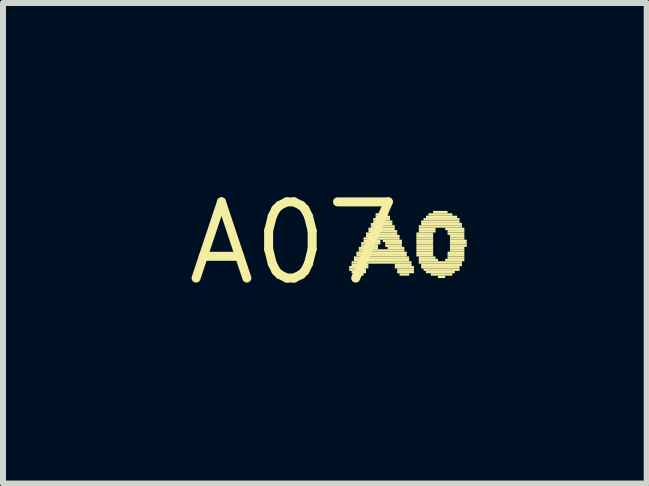
<source format=kicad_pcb>
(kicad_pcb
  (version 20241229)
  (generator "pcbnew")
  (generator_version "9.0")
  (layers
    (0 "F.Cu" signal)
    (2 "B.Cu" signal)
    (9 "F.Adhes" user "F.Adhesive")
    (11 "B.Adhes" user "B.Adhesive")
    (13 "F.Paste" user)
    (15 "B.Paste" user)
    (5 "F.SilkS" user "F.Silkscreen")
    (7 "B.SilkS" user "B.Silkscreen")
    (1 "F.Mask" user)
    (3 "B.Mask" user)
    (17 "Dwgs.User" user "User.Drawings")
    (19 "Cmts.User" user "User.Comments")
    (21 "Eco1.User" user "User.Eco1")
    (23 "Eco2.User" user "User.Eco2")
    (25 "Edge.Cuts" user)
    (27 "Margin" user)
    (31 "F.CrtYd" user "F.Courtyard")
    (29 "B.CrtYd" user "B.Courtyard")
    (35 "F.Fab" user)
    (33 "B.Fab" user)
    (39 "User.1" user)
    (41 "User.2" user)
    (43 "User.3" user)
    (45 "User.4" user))
  (footprint "A07"
    (layer "F.Cu")
    (at 1.852 1.006)
    (property "Reference" "A07" (at 0 0 0) (layer "F.SilkS") (effects (font (size 1.27 1.27) (thickness 0.15))))
    (attr through_hole)
    (fp_poly (pts (xy 0.92 0.42) (xy 1.24 0.42) (xy 1.24 0.38) (xy 0.92 0.38)) (stroke (width 0) (type solid)) (fill yes) (layer "F.SilkS"))
    (fp_poly (pts (xy 0.92 0.46) (xy 1.2 0.46) (xy 1.2 0.42) (xy 0.92 0.42)) (stroke (width 0) (type solid)) (fill yes) (layer "F.SilkS"))
    (fp_poly (pts (xy 0.96 0.34) (xy 1.96 0.34) (xy 1.96 0.3) (xy 0.96 0.3)) (stroke (width 0) (type solid)) (fill yes) (layer "F.SilkS"))
    (fp_poly (pts (xy 0.96 0.38) (xy 1.24 0.38) (xy 1.24 0.34) (xy 0.96 0.34)) (stroke (width 0) (type solid)) (fill yes) (layer "F.SilkS"))
    (fp_poly (pts (xy 0.96 0.5) (xy 1.2 0.5) (xy 1.2 0.46) (xy 0.96 0.46)) (stroke (width 0) (type solid)) (fill yes) (layer "F.SilkS"))
    (fp_poly (pts (xy 1 0.26) (xy 1.92 0.26) (xy 1.92 0.22) (xy 1 0.22)) (stroke (width 0) (type solid)) (fill yes) (layer "F.SilkS"))
    (fp_poly (pts (xy 1 0.3) (xy 1.92 0.3) (xy 1.92 0.26) (xy 1 0.26)) (stroke (width 0) (type solid)) (fill yes) (layer "F.SilkS"))
    (fp_poly (pts (xy 1 0.54) (xy 1.16 0.54) (xy 1.16 0.5) (xy 1 0.5)) (stroke (width 0) (type solid)) (fill yes) (layer "F.SilkS"))
    (fp_poly (pts (xy 1.04 0.18) (xy 1.88 0.18) (xy 1.88 0.14) (xy 1.04 0.14)) (stroke (width 0) (type solid)) (fill yes) (layer "F.SilkS"))
    (fp_poly (pts (xy 1.04 0.22) (xy 1.88 0.22) (xy 1.88 0.18) (xy 1.04 0.18)) (stroke (width 0) (type solid)) (fill yes) (layer "F.SilkS"))
    (fp_poly (pts (xy 1.08 0.1) (xy 1.4 0.1) (xy 1.4 0.06) (xy 1.08 0.06)) (stroke (width 0) (type solid)) (fill yes) (layer "F.SilkS"))
    (fp_poly (pts (xy 1.08 0.14) (xy 1.84 0.14) (xy 1.84 0.1) (xy 1.08 0.1)) (stroke (width 0) (type solid)) (fill yes) (layer "F.SilkS"))
    (fp_poly (pts (xy 1.12 0.02) (xy 1.44 0.02) (xy 1.44 -0.02) (xy 1.12 -0.02)) (stroke (width 0) (type solid)) (fill yes) (layer "F.SilkS"))
    (fp_poly (pts (xy 1.12 0.06) (xy 1.4 0.06) (xy 1.4 0.02) (xy 1.12 0.02)) (stroke (width 0) (type solid)) (fill yes) (layer "F.SilkS"))
    (fp_poly (pts (xy 1.16 -0.06) (xy 1.76 -0.06) (xy 1.76 -0.1) (xy 1.16 -0.1)) (stroke (width 0) (type solid)) (fill yes) (layer "F.SilkS"))
    (fp_poly (pts (xy 1.16 -0.02) (xy 1.44 -0.02) (xy 1.44 -0.06) (xy 1.16 -0.06)) (stroke (width 0) (type solid)) (fill yes) (layer "F.SilkS"))
    (fp_poly (pts (xy 1.2 -0.14) (xy 1.72 -0.14) (xy 1.72 -0.18) (xy 1.2 -0.18)) (stroke (width 0) (type solid)) (fill yes) (layer "F.SilkS"))
    (fp_poly (pts (xy 1.2 -0.1) (xy 1.76 -0.1) (xy 1.76 -0.14) (xy 1.2 -0.14)) (stroke (width 0) (type solid)) (fill yes) (layer "F.SilkS"))
    (fp_poly (pts (xy 1.24 -0.22) (xy 1.68 -0.22) (xy 1.68 -0.26) (xy 1.24 -0.26)) (stroke (width 0) (type solid)) (fill yes) (layer "F.SilkS"))
    (fp_poly (pts (xy 1.24 -0.18) (xy 1.72 -0.18) (xy 1.72 -0.22) (xy 1.24 -0.22)) (stroke (width 0) (type solid)) (fill yes) (layer "F.SilkS"))
    (fp_poly (pts (xy 1.28 -0.3) (xy 1.64 -0.3) (xy 1.64 -0.34) (xy 1.28 -0.34)) (stroke (width 0) (type solid)) (fill yes) (layer "F.SilkS"))
    (fp_poly (pts (xy 1.28 -0.26) (xy 1.68 -0.26) (xy 1.68 -0.3) (xy 1.28 -0.3)) (stroke (width 0) (type solid)) (fill yes) (layer "F.SilkS"))
    (fp_poly (pts (xy 1.32 -0.38) (xy 1.6 -0.38) (xy 1.6 -0.42) (xy 1.32 -0.42)) (stroke (width 0) (type solid)) (fill yes) (layer "F.SilkS"))
    (fp_poly (pts (xy 1.32 -0.34) (xy 1.64 -0.34) (xy 1.64 -0.38) (xy 1.32 -0.38)) (stroke (width 0) (type solid)) (fill yes) (layer "F.SilkS"))
    (fp_poly (pts (xy 1.36 -0.46) (xy 1.56 -0.46) (xy 1.56 -0.5) (xy 1.36 -0.5)) (stroke (width 0) (type solid)) (fill yes) (layer "F.SilkS"))
    (fp_poly (pts (xy 1.36 -0.42) (xy 1.6 -0.42) (xy 1.6 -0.46) (xy 1.36 -0.46)) (stroke (width 0) (type solid)) (fill yes) (layer "F.SilkS"))
    (fp_poly (pts (xy 1.44 -0.5) (xy 1.48 -0.5) (xy 1.48 -0.54) (xy 1.44 -0.54)) (stroke (width 0) (type solid)) (fill yes) (layer "F.SilkS"))
    (fp_poly (pts (xy 1.48 -0.02) (xy 1.8 -0.02) (xy 1.8 -0.06) (xy 1.48 -0.06)) (stroke (width 0) (type solid)) (fill yes) (layer "F.SilkS"))
    (fp_poly (pts (xy 1.52 0.02) (xy 1.8 0.02) (xy 1.8 -0.02) (xy 1.52 -0.02)) (stroke (width 0) (type solid)) (fill yes) (layer "F.SilkS"))
    (fp_poly (pts (xy 1.52 0.06) (xy 1.8 0.06) (xy 1.8 0.02) (xy 1.52 0.02)) (stroke (width 0) (type solid)) (fill yes) (layer "F.SilkS"))
    (fp_poly (pts (xy 1.56 0.1) (xy 1.84 0.1) (xy 1.84 0.06) (xy 1.56 0.06)) (stroke (width 0) (type solid)) (fill yes) (layer "F.SilkS"))
    (fp_poly (pts (xy 1.68 0.38) (xy 1.96 0.38) (xy 1.96 0.34) (xy 1.68 0.34)) (stroke (width 0) (type solid)) (fill yes) (layer "F.SilkS"))
    (fp_poly (pts (xy 1.68 0.42) (xy 2 0.42) (xy 2 0.38) (xy 1.68 0.38)) (stroke (width 0) (type solid)) (fill yes) (layer "F.SilkS"))
    (fp_poly (pts (xy 1.72 0.46) (xy 2 0.46) (xy 2 0.42) (xy 1.72 0.42)) (stroke (width 0) (type solid)) (fill yes) (layer "F.SilkS"))
    (fp_poly (pts (xy 1.72 0.5) (xy 2 0.5) (xy 2 0.46) (xy 1.72 0.46)) (stroke (width 0) (type solid)) (fill yes) (layer "F.SilkS"))
    (fp_poly (pts (xy 1.76 0.54) (xy 1.92 0.54) (xy 1.92 0.5) (xy 1.76 0.5)) (stroke (width 0) (type solid)) (fill yes) (layer "F.SilkS"))
    (fp_poly (pts (xy 2.04 -0.14) (xy 2.32 -0.14) (xy 2.32 -0.18) (xy 2.04 -0.18)) (stroke (width 0) (type solid)) (fill yes) (layer "F.SilkS"))
    (fp_poly (pts (xy 2.04 -0.1) (xy 2.32 -0.1) (xy 2.32 -0.14) (xy 2.04 -0.14)) (stroke (width 0) (type solid)) (fill yes) (layer "F.SilkS"))
    (fp_poly (pts (xy 2.04 -0.06) (xy 2.32 -0.06) (xy 2.32 -0.1) (xy 2.04 -0.1)) (stroke (width 0) (type solid)) (fill yes) (layer "F.SilkS"))
    (fp_poly (pts (xy 2.04 -0.02) (xy 2.32 -0.02) (xy 2.32 -0.06) (xy 2.04 -0.06)) (stroke (width 0) (type solid)) (fill yes) (layer "F.SilkS"))
    (fp_poly (pts (xy 2.04 0.02) (xy 2.32 0.02) (xy 2.32 -0.02) (xy 2.04 -0.02)) (stroke (width 0) (type solid)) (fill yes) (layer "F.SilkS"))
    (fp_poly (pts (xy 2.04 0.06) (xy 2.32 0.06) (xy 2.32 0.02) (xy 2.04 0.02)) (stroke (width 0) (type solid)) (fill yes) (layer "F.SilkS"))
    (fp_poly (pts (xy 2.04 0.1) (xy 2.32 0.1) (xy 2.32 0.06) (xy 2.04 0.06)) (stroke (width 0) (type solid)) (fill yes) (layer "F.SilkS"))
    (fp_poly (pts (xy 2.04 0.14) (xy 2.32 0.14) (xy 2.32 0.1) (xy 2.04 0.1)) (stroke (width 0) (type solid)) (fill yes) (layer "F.SilkS"))
    (fp_poly (pts (xy 2.04 0.18) (xy 2.32 0.18) (xy 2.32 0.14) (xy 2.04 0.14)) (stroke (width 0) (type solid)) (fill yes) (layer "F.SilkS"))
    (fp_poly (pts (xy 2.04 0.22) (xy 2.32 0.22) (xy 2.32 0.18) (xy 2.04 0.18)) (stroke (width 0) (type solid)) (fill yes) (layer "F.SilkS"))
    (fp_poly (pts (xy 2.08 -0.26) (xy 2.8 -0.26) (xy 2.8 -0.3) (xy 2.08 -0.3)) (stroke (width 0) (type solid)) (fill yes) (layer "F.SilkS"))
    (fp_poly (pts (xy 2.08 -0.22) (xy 2.36 -0.22) (xy 2.36 -0.26) (xy 2.08 -0.26)) (stroke (width 0) (type solid)) (fill yes) (layer "F.SilkS"))
    (fp_poly (pts (xy 2.08 -0.18) (xy 2.36 -0.18) (xy 2.36 -0.22) (xy 2.08 -0.22)) (stroke (width 0) (type solid)) (fill yes) (layer "F.SilkS"))
    (fp_poly (pts (xy 2.08 0.26) (xy 2.36 0.26) (xy 2.36 0.22) (xy 2.08 0.22)) (stroke (width 0) (type solid)) (fill yes) (layer "F.SilkS"))
    (fp_poly (pts (xy 2.08 0.3) (xy 2.4 0.3) (xy 2.4 0.26) (xy 2.08 0.26)) (stroke (width 0) (type solid)) (fill yes) (layer "F.SilkS"))
    (fp_poly (pts (xy 2.08 0.34) (xy 2.8 0.34) (xy 2.8 0.3) (xy 2.08 0.3)) (stroke (width 0) (type solid)) (fill yes) (layer "F.SilkS"))
    (fp_poly (pts (xy 2.12 -0.34) (xy 2.76 -0.34) (xy 2.76 -0.38) (xy 2.12 -0.38)) (stroke (width 0) (type solid)) (fill yes) (layer "F.SilkS"))
    (fp_poly (pts (xy 2.12 -0.3) (xy 2.8 -0.3) (xy 2.8 -0.34) (xy 2.12 -0.34)) (stroke (width 0) (type solid)) (fill yes) (layer "F.SilkS"))
    (fp_poly (pts (xy 2.12 0.38) (xy 2.8 0.38) (xy 2.8 0.34) (xy 2.12 0.34)) (stroke (width 0) (type solid)) (fill yes) (layer "F.SilkS"))
    (fp_poly (pts (xy 2.12 0.42) (xy 2.76 0.42) (xy 2.76 0.38) (xy 2.12 0.38)) (stroke (width 0) (type solid)) (fill yes) (layer "F.SilkS"))
    (fp_poly (pts (xy 2.16 -0.38) (xy 2.76 -0.38) (xy 2.76 -0.42) (xy 2.16 -0.42)) (stroke (width 0) (type solid)) (fill yes) (layer "F.SilkS"))
    (fp_poly (pts (xy 2.16 0.46) (xy 2.76 0.46) (xy 2.76 0.42) (xy 2.16 0.42)) (stroke (width 0) (type solid)) (fill yes) (layer "F.SilkS"))
    (fp_poly (pts (xy 2.2 -0.42) (xy 2.72 -0.42) (xy 2.72 -0.46) (xy 2.2 -0.46)) (stroke (width 0) (type solid)) (fill yes) (layer "F.SilkS"))
    (fp_poly (pts (xy 2.2 0.5) (xy 2.68 0.5) (xy 2.68 0.46) (xy 2.2 0.46)) (stroke (width 0) (type solid)) (fill yes) (layer "F.SilkS"))
    (fp_poly (pts (xy 2.24 -0.46) (xy 2.64 -0.46) (xy 2.64 -0.5) (xy 2.24 -0.5)) (stroke (width 0) (type solid)) (fill yes) (layer "F.SilkS"))
    (fp_poly (pts (xy 2.28 0.54) (xy 2.64 0.54) (xy 2.64 0.5) (xy 2.28 0.5)) (stroke (width 0) (type solid)) (fill yes) (layer "F.SilkS"))
    (fp_poly (pts (xy 2.32 -0.5) (xy 2.56 -0.5) (xy 2.56 -0.54) (xy 2.32 -0.54)) (stroke (width 0) (type solid)) (fill yes) (layer "F.SilkS"))
    (fp_poly (pts (xy 2.4 0.58) (xy 2.52 0.58) (xy 2.52 0.54) (xy 2.4 0.54)) (stroke (width 0) (type solid)) (fill yes) (layer "F.SilkS"))
    (fp_poly (pts (xy 2.52 -0.22) (xy 2.84 -0.22) (xy 2.84 -0.26) (xy 2.52 -0.26)) (stroke (width 0) (type solid)) (fill yes) (layer "F.SilkS"))
    (fp_poly (pts (xy 2.52 0.3) (xy 2.84 0.3) (xy 2.84 0.26) (xy 2.52 0.26)) (stroke (width 0) (type solid)) (fill yes) (layer "F.SilkS"))
    (fp_poly (pts (xy 2.56 -0.18) (xy 2.84 -0.18) (xy 2.84 -0.22) (xy 2.56 -0.22)) (stroke (width 0) (type solid)) (fill yes) (layer "F.SilkS"))
    (fp_poly (pts (xy 2.56 -0.14) (xy 2.84 -0.14) (xy 2.84 -0.18) (xy 2.56 -0.18)) (stroke (width 0) (type solid)) (fill yes) (layer "F.SilkS"))
    (fp_poly (pts (xy 2.56 0.18) (xy 2.84 0.18) (xy 2.84 0.14) (xy 2.56 0.14)) (stroke (width 0) (type solid)) (fill yes) (layer "F.SilkS"))
    (fp_poly (pts (xy 2.56 0.22) (xy 2.84 0.22) (xy 2.84 0.18) (xy 2.56 0.18)) (stroke (width 0) (type solid)) (fill yes) (layer "F.SilkS"))
    (fp_poly (pts (xy 2.56 0.26) (xy 2.84 0.26) (xy 2.84 0.22) (xy 2.56 0.22)) (stroke (width 0) (type solid)) (fill yes) (layer "F.SilkS"))
    (fp_poly (pts (xy 2.6 -0.1) (xy 2.84 -0.1) (xy 2.84 -0.14) (xy 2.6 -0.14)) (stroke (width 0) (type solid)) (fill yes) (layer "F.SilkS"))
    (fp_poly (pts (xy 2.6 -0.06) (xy 2.84 -0.06) (xy 2.84 -0.1) (xy 2.6 -0.1)) (stroke (width 0) (type solid)) (fill yes) (layer "F.SilkS"))
    (fp_poly (pts (xy 2.6 -0.02) (xy 2.88 -0.02) (xy 2.88 -0.06) (xy 2.6 -0.06)) (stroke (width 0) (type solid)) (fill yes) (layer "F.SilkS"))
    (fp_poly (pts (xy 2.6 0.02) (xy 2.88 0.02) (xy 2.88 -0.02) (xy 2.6 -0.02)) (stroke (width 0) (type solid)) (fill yes) (layer "F.SilkS"))
    (fp_poly (pts (xy 2.6 0.06) (xy 2.88 0.06) (xy 2.88 0.02) (xy 2.6 0.02)) (stroke (width 0) (type solid)) (fill yes) (layer "F.SilkS"))
    (fp_poly (pts (xy 2.6 0.1) (xy 2.84 0.1) (xy 2.84 0.06) (xy 2.6 0.06)) (stroke (width 0) (type solid)) (fill yes) (layer "F.SilkS"))
    (fp_poly (pts (xy 2.6 0.14) (xy 2.84 0.14) (xy 2.84 0.1) (xy 2.6 0.1)) (stroke (width 0) (type solid)) (fill yes) (layer "F.SilkS")))
  (gr_rect
    (start -3 -3)
    (end 7.732 5.012)
    (stroke (width 0.1) (type default))
    (fill no)
    (layer "Edge.Cuts")))
</source>
